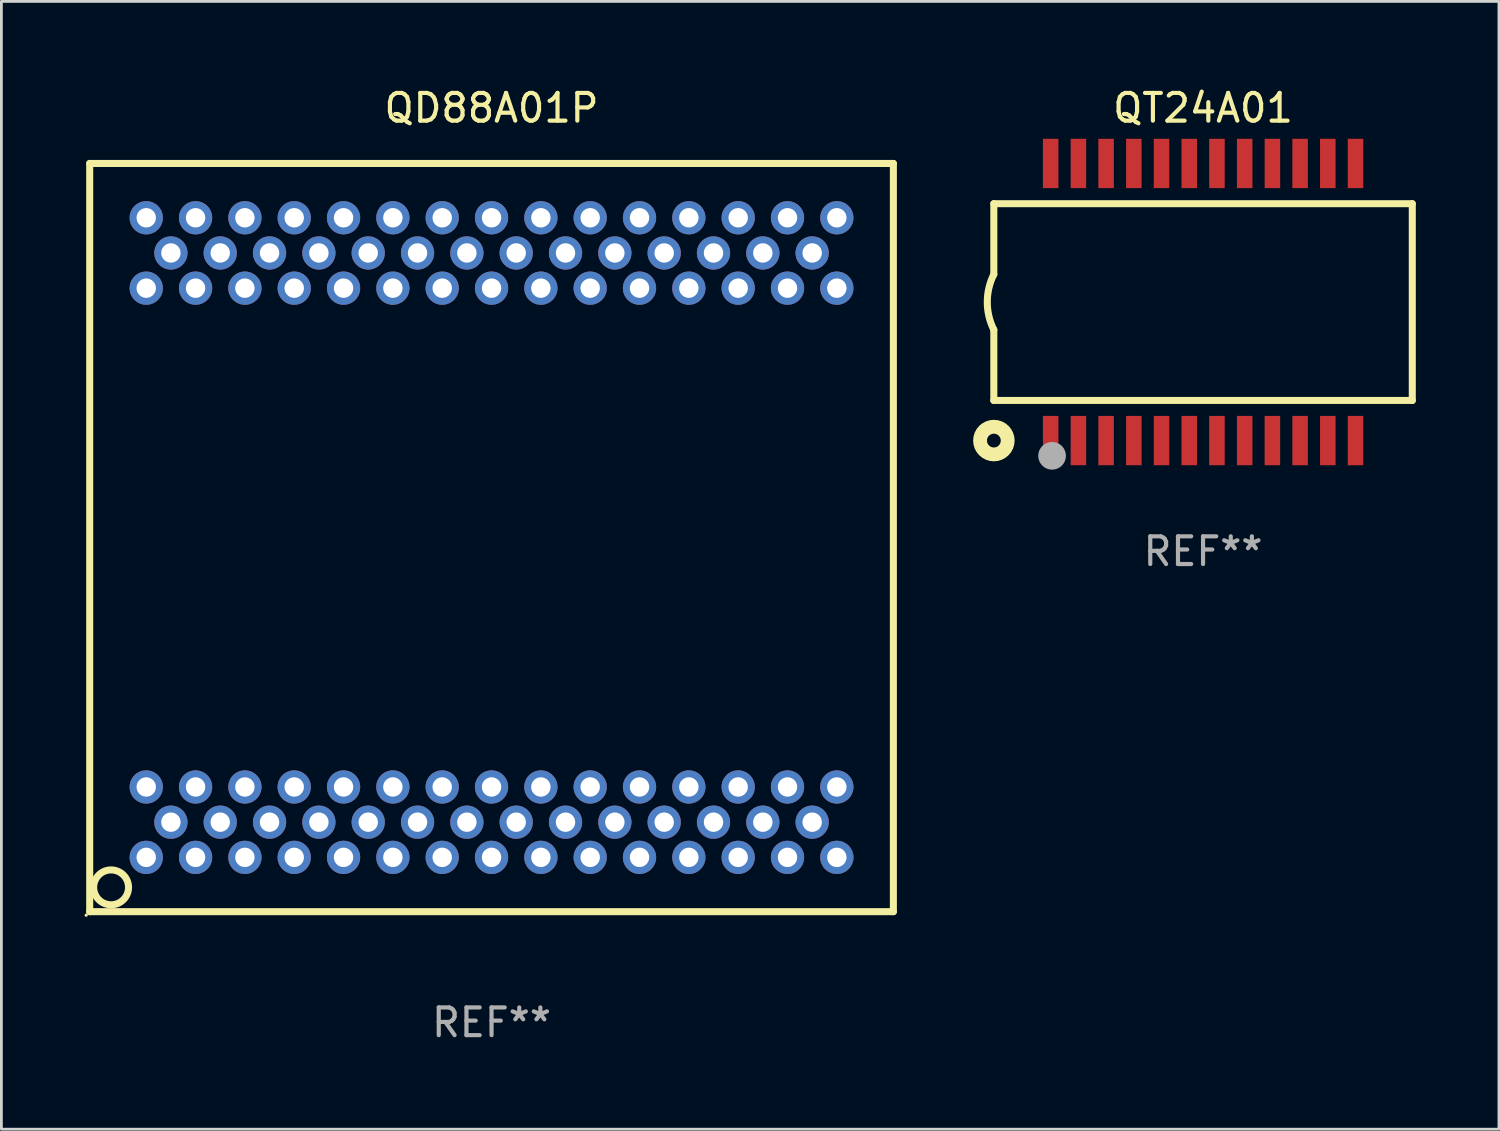
<source format=kicad_pcb>
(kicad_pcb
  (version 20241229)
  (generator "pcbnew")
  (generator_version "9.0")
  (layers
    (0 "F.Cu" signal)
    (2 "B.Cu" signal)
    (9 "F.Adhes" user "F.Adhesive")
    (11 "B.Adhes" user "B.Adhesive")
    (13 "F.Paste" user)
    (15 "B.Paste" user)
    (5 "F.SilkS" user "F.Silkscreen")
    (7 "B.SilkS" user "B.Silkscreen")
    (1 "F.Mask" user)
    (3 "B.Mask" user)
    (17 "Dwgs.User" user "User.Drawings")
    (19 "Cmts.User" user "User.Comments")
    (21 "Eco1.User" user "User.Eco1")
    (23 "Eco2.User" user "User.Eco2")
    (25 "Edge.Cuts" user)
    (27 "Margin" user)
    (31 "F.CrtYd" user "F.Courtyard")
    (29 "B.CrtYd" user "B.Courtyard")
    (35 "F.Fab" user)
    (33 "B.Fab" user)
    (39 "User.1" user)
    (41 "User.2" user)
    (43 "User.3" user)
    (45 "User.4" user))
  (footprint "QD88A01P"
    (layer "F.Cu")
    (at 14.687 16.348)
    (property "Reference" "QD88A01P" (at 0 -15.5 0) (layer "F.SilkS") (effects (font (size 1 1) (thickness 0.15))))
    (attr through_hole)
    (fp_line (start -14.5 -13.5) (end 14.5 -13.5) (stroke (width 0.254) (type solid)) (layer "F.SilkS"))
    (fp_line (start -14.5 13.5) (end -14.5 -13.5) (stroke (width 0.254) (type solid)) (layer "F.SilkS"))
    (fp_line (start 14.5 -13.5) (end 14.5 13.5) (stroke (width 0.254) (type solid)) (layer "F.SilkS"))
    (fp_line (start 14.5 13.5) (end -14.5 13.5) (stroke (width 0.254) (type solid)) (layer "F.SilkS"))
    (fp_circle (center -14.627 13.627) (end -14.597 13.627) (stroke (width 0.06) (type solid)) (fill no) (layer "F.SilkS"))
    (fp_circle (center -13.728 12.622) (end -13.099 12.622) (stroke (width 0.254) (type solid)) (fill no) (layer "F.SilkS"))
    (fp_text user "REF**" (at 0 17.5 0) (layer "F.Fab") (effects (font (size 1 1) (thickness 0.15))))
    (pad "1" thru_hole circle (at -12.46 11.54) (size 1.2 1.2) (drill 0.7) (layers "*.Cu" "*.Mask"))
    (pad "2" thru_hole circle (at -12.46 9) (size 1.2 1.2) (drill 0.7) (layers "*.Cu" "*.Mask"))
    (pad "3" thru_hole circle (at -11.57 10.27) (size 1.2 1.2) (drill 0.7) (layers "*.Cu" "*.Mask"))
    (pad "4" thru_hole circle (at -10.68 11.54) (size 1.2 1.2) (drill 0.7) (layers "*.Cu" "*.Mask"))
    (pad "5" thru_hole circle (at -10.68 9) (size 1.2 1.2) (drill 0.7) (layers "*.Cu" "*.Mask"))
    (pad "6" thru_hole circle (at -9.79 10.27) (size 1.2 1.2) (drill 0.7) (layers "*.Cu" "*.Mask"))
    (pad "7" thru_hole circle (at -8.9 11.54) (size 1.2 1.2) (drill 0.7) (layers "*.Cu" "*.Mask"))
    (pad "8" thru_hole circle (at -8.9 9) (size 1.2 1.2) (drill 0.7) (layers "*.Cu" "*.Mask"))
    (pad "9" thru_hole circle (at -8.01 10.27) (size 1.2 1.2) (drill 0.7) (layers "*.Cu" "*.Mask"))
    (pad "10" thru_hole circle (at -7.12 11.54) (size 1.2 1.2) (drill 0.7) (layers "*.Cu" "*.Mask"))
    (pad "11" thru_hole circle (at -7.12 9) (size 1.2 1.2) (drill 0.7) (layers "*.Cu" "*.Mask"))
    (pad "12" thru_hole circle (at -6.23 10.27) (size 1.2 1.2) (drill 0.7) (layers "*.Cu" "*.Mask"))
    (pad "13" thru_hole circle (at -5.34 11.54) (size 1.2 1.2) (drill 0.7) (layers "*.Cu" "*.Mask"))
    (pad "14" thru_hole circle (at -5.34 9) (size 1.2 1.2) (drill 0.7) (layers "*.Cu" "*.Mask"))
    (pad "15" thru_hole circle (at -4.45 10.27) (size 1.2 1.2) (drill 0.7) (layers "*.Cu" "*.Mask"))
    (pad "16" thru_hole circle (at -3.56 11.54) (size 1.2 1.2) (drill 0.7) (layers "*.Cu" "*.Mask"))
    (pad "17" thru_hole circle (at -3.56 9) (size 1.2 1.2) (drill 0.7) (layers "*.Cu" "*.Mask"))
    (pad "18" thru_hole circle (at -2.67 10.27) (size 1.2 1.2) (drill 0.7) (layers "*.Cu" "*.Mask"))
    (pad "19" thru_hole circle (at -1.78 11.54) (size 1.2 1.2) (drill 0.7) (layers "*.Cu" "*.Mask"))
    (pad "20" thru_hole circle (at -1.78 9) (size 1.2 1.2) (drill 0.7) (layers "*.Cu" "*.Mask"))
    (pad "21" thru_hole circle (at -0.89 10.27) (size 1.2 1.2) (drill 0.7) (layers "*.Cu" "*.Mask"))
    (pad "22" thru_hole circle (at 0 11.54) (size 1.2 1.2) (drill 0.7) (layers "*.Cu" "*.Mask"))
    (pad "23" thru_hole circle (at 0 9) (size 1.2 1.2) (drill 0.7) (layers "*.Cu" "*.Mask"))
    (pad "24" thru_hole circle (at 0.89 10.27) (size 1.2 1.2) (drill 0.7) (layers "*.Cu" "*.Mask"))
    (pad "25" thru_hole circle (at 1.78 11.54) (size 1.2 1.2) (drill 0.7) (layers "*.Cu" "*.Mask"))
    (pad "26" thru_hole circle (at 1.78 9) (size 1.2 1.2) (drill 0.7) (layers "*.Cu" "*.Mask"))
    (pad "27" thru_hole circle (at 2.67 10.27) (size 1.2 1.2) (drill 0.7) (layers "*.Cu" "*.Mask"))
    (pad "28" thru_hole circle (at 3.56 11.54) (size 1.2 1.2) (drill 0.7) (layers "*.Cu" "*.Mask"))
    (pad "29" thru_hole circle (at 3.56 9) (size 1.2 1.2) (drill 0.7) (layers "*.Cu" "*.Mask"))
    (pad "30" thru_hole circle (at 4.45 10.27) (size 1.2 1.2) (drill 0.7) (layers "*.Cu" "*.Mask"))
    (pad "31" thru_hole circle (at 5.34 11.54) (size 1.2 1.2) (drill 0.7) (layers "*.Cu" "*.Mask"))
    (pad "32" thru_hole circle (at 5.34 9) (size 1.2 1.2) (drill 0.7) (layers "*.Cu" "*.Mask"))
    (pad "33" thru_hole circle (at 6.23 10.27) (size 1.2 1.2) (drill 0.7) (layers "*.Cu" "*.Mask"))
    (pad "34" thru_hole circle (at 7.12 11.54) (size 1.2 1.2) (drill 0.7) (layers "*.Cu" "*.Mask"))
    (pad "35" thru_hole circle (at 7.12 9) (size 1.2 1.2) (drill 0.7) (layers "*.Cu" "*.Mask"))
    (pad "36" thru_hole circle (at 8.01 10.27) (size 1.2 1.2) (drill 0.7) (layers "*.Cu" "*.Mask"))
    (pad "37" thru_hole circle (at 8.9 11.54) (size 1.2 1.2) (drill 0.7) (layers "*.Cu" "*.Mask"))
    (pad "38" thru_hole circle (at 8.9 9) (size 1.2 1.2) (drill 0.7) (layers "*.Cu" "*.Mask"))
    (pad "39" thru_hole circle (at 9.79 10.27) (size 1.2 1.2) (drill 0.7) (layers "*.Cu" "*.Mask"))
    (pad "40" thru_hole circle (at 10.68 11.54) (size 1.2 1.2) (drill 0.7) (layers "*.Cu" "*.Mask"))
    (pad "41" thru_hole circle (at 10.68 9) (size 1.2 1.2) (drill 0.7) (layers "*.Cu" "*.Mask"))
    (pad "42" thru_hole circle (at 11.57 10.27) (size 1.2 1.2) (drill 0.7) (layers "*.Cu" "*.Mask"))
    (pad "43" thru_hole circle (at 12.46 11.54) (size 1.2 1.2) (drill 0.7) (layers "*.Cu" "*.Mask"))
    (pad "44" thru_hole circle (at 12.46 9) (size 1.2 1.2) (drill 0.7) (layers "*.Cu" "*.Mask"))
    (pad "45" thru_hole circle (at 12.46 -9) (size 1.2 1.2) (drill 0.7) (layers "*.Cu" "*.Mask"))
    (pad "46" thru_hole circle (at 12.46 -11.54) (size 1.2 1.2) (drill 0.7) (layers "*.Cu" "*.Mask"))
    (pad "47" thru_hole circle (at 11.57 -10.27) (size 1.2 1.2) (drill 0.7) (layers "*.Cu" "*.Mask"))
    (pad "48" thru_hole circle (at 10.68 -9) (size 1.2 1.2) (drill 0.7) (layers "*.Cu" "*.Mask"))
    (pad "49" thru_hole circle (at 10.68 -11.54) (size 1.2 1.2) (drill 0.7) (layers "*.Cu" "*.Mask"))
    (pad "50" thru_hole circle (at 9.79 -10.27) (size 1.2 1.2) (drill 0.7) (layers "*.Cu" "*.Mask"))
    (pad "51" thru_hole circle (at 8.9 -9) (size 1.2 1.2) (drill 0.7) (layers "*.Cu" "*.Mask"))
    (pad "52" thru_hole circle (at 8.9 -11.54) (size 1.2 1.2) (drill 0.7) (layers "*.Cu" "*.Mask"))
    (pad "53" thru_hole circle (at 8.01 -10.27) (size 1.2 1.2) (drill 0.7) (layers "*.Cu" "*.Mask"))
    (pad "54" thru_hole circle (at 7.12 -9) (size 1.2 1.2) (drill 0.7) (layers "*.Cu" "*.Mask"))
    (pad "55" thru_hole circle (at 7.12 -11.54) (size 1.2 1.2) (drill 0.7) (layers "*.Cu" "*.Mask"))
    (pad "56" thru_hole circle (at 6.23 -10.27) (size 1.2 1.2) (drill 0.7) (layers "*.Cu" "*.Mask"))
    (pad "57" thru_hole circle (at 5.34 -9) (size 1.2 1.2) (drill 0.7) (layers "*.Cu" "*.Mask"))
    (pad "58" thru_hole circle (at 5.34 -11.54) (size 1.2 1.2) (drill 0.7) (layers "*.Cu" "*.Mask"))
    (pad "59" thru_hole circle (at 4.45 -10.27) (size 1.2 1.2) (drill 0.7) (layers "*.Cu" "*.Mask"))
    (pad "60" thru_hole circle (at 3.56 -9) (size 1.2 1.2) (drill 0.7) (layers "*.Cu" "*.Mask"))
    (pad "61" thru_hole circle (at 3.56 -11.54) (size 1.2 1.2) (drill 0.7) (layers "*.Cu" "*.Mask"))
    (pad "62" thru_hole circle (at 2.67 -10.27) (size 1.2 1.2) (drill 0.7) (layers "*.Cu" "*.Mask"))
    (pad "63" thru_hole circle (at 1.78 -9) (size 1.2 1.2) (drill 0.7) (layers "*.Cu" "*.Mask"))
    (pad "64" thru_hole circle (at 1.78 -11.54) (size 1.2 1.2) (drill 0.7) (layers "*.Cu" "*.Mask"))
    (pad "65" thru_hole circle (at 0.89 -10.27) (size 1.2 1.2) (drill 0.7) (layers "*.Cu" "*.Mask"))
    (pad "66" thru_hole circle (at 0 -9) (size 1.2 1.2) (drill 0.7) (layers "*.Cu" "*.Mask"))
    (pad "67" thru_hole circle (at 0 -11.54) (size 1.2 1.2) (drill 0.7) (layers "*.Cu" "*.Mask"))
    (pad "68" thru_hole circle (at -0.89 -10.27) (size 1.2 1.2) (drill 0.7) (layers "*.Cu" "*.Mask"))
    (pad "69" thru_hole circle (at -1.78 -9) (size 1.2 1.2) (drill 0.7) (layers "*.Cu" "*.Mask"))
    (pad "70" thru_hole circle (at -1.78 -11.54) (size 1.2 1.2) (drill 0.7) (layers "*.Cu" "*.Mask"))
    (pad "71" thru_hole circle (at -2.67 -10.27) (size 1.2 1.2) (drill 0.7) (layers "*.Cu" "*.Mask"))
    (pad "72" thru_hole circle (at -3.56 -9) (size 1.2 1.2) (drill 0.7) (layers "*.Cu" "*.Mask"))
    (pad "73" thru_hole circle (at -3.56 -11.54) (size 1.2 1.2) (drill 0.7) (layers "*.Cu" "*.Mask"))
    (pad "74" thru_hole circle (at -4.45 -10.27) (size 1.2 1.2) (drill 0.7) (layers "*.Cu" "*.Mask"))
    (pad "75" thru_hole circle (at -5.34 -9) (size 1.2 1.2) (drill 0.7) (layers "*.Cu" "*.Mask"))
    (pad "76" thru_hole circle (at -5.34 -11.54) (size 1.2 1.2) (drill 0.7) (layers "*.Cu" "*.Mask"))
    (pad "77" thru_hole circle (at -6.23 -10.27) (size 1.2 1.2) (drill 0.7) (layers "*.Cu" "*.Mask"))
    (pad "78" thru_hole circle (at -7.12 -9) (size 1.2 1.2) (drill 0.7) (layers "*.Cu" "*.Mask"))
    (pad "79" thru_hole circle (at -7.12 -11.54) (size 1.2 1.2) (drill 0.7) (layers "*.Cu" "*.Mask"))
    (pad "80" thru_hole circle (at -8.01 -10.27) (size 1.2 1.2) (drill 0.7) (layers "*.Cu" "*.Mask"))
    (pad "81" thru_hole circle (at -8.9 -9) (size 1.2 1.2) (drill 0.7) (layers "*.Cu" "*.Mask"))
    (pad "82" thru_hole circle (at -8.9 -11.54) (size 1.2 1.2) (drill 0.7) (layers "*.Cu" "*.Mask"))
    (pad "83" thru_hole circle (at -9.79 -10.27) (size 1.2 1.2) (drill 0.7) (layers "*.Cu" "*.Mask"))
    (pad "84" thru_hole circle (at -10.68 -9) (size 1.2 1.2) (drill 0.7) (layers "*.Cu" "*.Mask"))
    (pad "85" thru_hole circle (at -10.68 -11.54) (size 1.2 1.2) (drill 0.7) (layers "*.Cu" "*.Mask"))
    (pad "86" thru_hole circle (at -11.57 -10.27) (size 1.2 1.2) (drill 0.7) (layers "*.Cu" "*.Mask"))
    (pad "87" thru_hole circle (at -12.46 -9) (size 1.2 1.2) (drill 0.7) (layers "*.Cu" "*.Mask"))
    (pad "88" thru_hole circle (at -12.46 -11.54) (size 1.2 1.2) (drill 0.7) (layers "*.Cu" "*.Mask")))
  (footprint "QT24A01"
    (layer "F.Cu")
    (at 40.362 7.848)
    (property "Reference" "QT24A01" (at 0 -7 0) (layer "F.SilkS") (effects (font (size 1 1) (thickness 0.15))))
    (attr through_hole)
    (fp_line (start -7.55 -3.548) (end 7.55 -3.548) (stroke (width 0.254) (type solid)) (layer "F.SilkS"))
    (fp_line (start -7.55 -0.998) (end -7.55 -3.548) (stroke (width 0.254) (type solid)) (layer "F.SilkS"))
    (fp_line (start -7.55 3.552) (end -7.55 1.002) (stroke (width 0.254) (type solid)) (layer "F.SilkS"))
    (fp_line (start -7.55 3.552) (end 7.55 3.552) (stroke (width 0.254) (type solid)) (layer "F.SilkS"))
    (fp_line (start 7.55 3.552) (end 7.55 -3.548) (stroke (width 0.254) (type solid)) (layer "F.SilkS"))
    (fp_arc (start -7.549987 1.002032) (mid -7.786055 0.002032) (end -7.549987 -0.997968) (stroke (width 0.254001) (type solid)) (layer "F.SilkS"))
    (fp_circle (center -7.548 5) (end -7.299 5) (stroke (width 0.5) (type solid)) (fill no) (layer "F.SilkS"))
    (fp_circle (center -5.448 5.55) (end -5.198 5.55) (stroke (width 0.5) (type solid)) (fill no) (layer "F.Fab"))
    (fp_text user "REF**" (at 0 9 0) (layer "F.Fab") (effects (font (size 1 1) (thickness 0.15))))
    (pad "1" smd rect (at -5.498 5) (size 0.56 1.78) (layers "F.Cu" "F.Mask" "F.Paste"))
    (pad "2" smd rect (at -4.498 5) (size 0.56 1.78) (layers "F.Cu" "F.Mask" "F.Paste"))
    (pad "3" smd rect (at -3.498 5) (size 0.56 1.78) (layers "F.Cu" "F.Mask" "F.Paste"))
    (pad "4" smd rect (at -2.498 5) (size 0.56 1.78) (layers "F.Cu" "F.Mask" "F.Paste"))
    (pad "5" smd rect (at -1.498 5) (size 0.56 1.78) (layers "F.Cu" "F.Mask" "F.Paste"))
    (pad "6" smd rect (at -0.498 5) (size 0.56 1.78) (layers "F.Cu" "F.Mask" "F.Paste"))
    (pad "7" smd rect (at 0.502 5) (size 0.56 1.78) (layers "F.Cu" "F.Mask" "F.Paste"))
    (pad "8" smd rect (at 1.502 5) (size 0.56 1.78) (layers "F.Cu" "F.Mask" "F.Paste"))
    (pad "9" smd rect (at 2.502 5) (size 0.56 1.78) (layers "F.Cu" "F.Mask" "F.Paste"))
    (pad "10" smd rect (at 3.502 5) (size 0.56 1.78) (layers "F.Cu" "F.Mask" "F.Paste"))
    (pad "11" smd rect (at 4.502 5) (size 0.56 1.78) (layers "F.Cu" "F.Mask" "F.Paste"))
    (pad "12" smd rect (at 5.502 5) (size 0.56 1.78) (layers "F.Cu" "F.Mask" "F.Paste"))
    (pad "13" smd rect (at 5.502 -5) (size 0.56 1.78) (layers "F.Cu" "F.Mask" "F.Paste"))
    (pad "14" smd rect (at 4.502 -5) (size 0.56 1.78) (layers "F.Cu" "F.Mask" "F.Paste"))
    (pad "15" smd rect (at 3.502 -5) (size 0.56 1.78) (layers "F.Cu" "F.Mask" "F.Paste"))
    (pad "16" smd rect (at 2.503 -5) (size 0.56 1.78) (layers "F.Cu" "F.Mask" "F.Paste"))
    (pad "17" smd rect (at 1.502 -5) (size 0.56 1.78) (layers "F.Cu" "F.Mask" "F.Paste"))
    (pad "18" smd rect (at 0.502 -5) (size 0.56 1.78) (layers "F.Cu" "F.Mask" "F.Paste"))
    (pad "19" smd rect (at -0.498 -5) (size 0.56 1.78) (layers "F.Cu" "F.Mask" "F.Paste"))
    (pad "20" smd rect (at -1.498 -5) (size 0.56 1.78) (layers "F.Cu" "F.Mask" "F.Paste"))
    (pad "21" smd rect (at -2.498 -5) (size 0.56 1.78) (layers "F.Cu" "F.Mask" "F.Paste"))
    (pad "22" smd rect (at -3.498 -5) (size 0.56 1.78) (layers "F.Cu" "F.Mask" "F.Paste"))
    (pad "23" smd rect (at -4.498 -5) (size 0.56 1.78) (layers "F.Cu" "F.Mask" "F.Paste"))
    (pad "24" smd rect (at -5.498 -5) (size 0.56 1.78) (layers "F.Cu" "F.Mask" "F.Paste")))
  (gr_rect
    (start -3 -3)
    (end 51.039 37.697)
    (stroke (width 0.1) (type default))
    (fill no)
    (layer "Edge.Cuts")))
</source>
